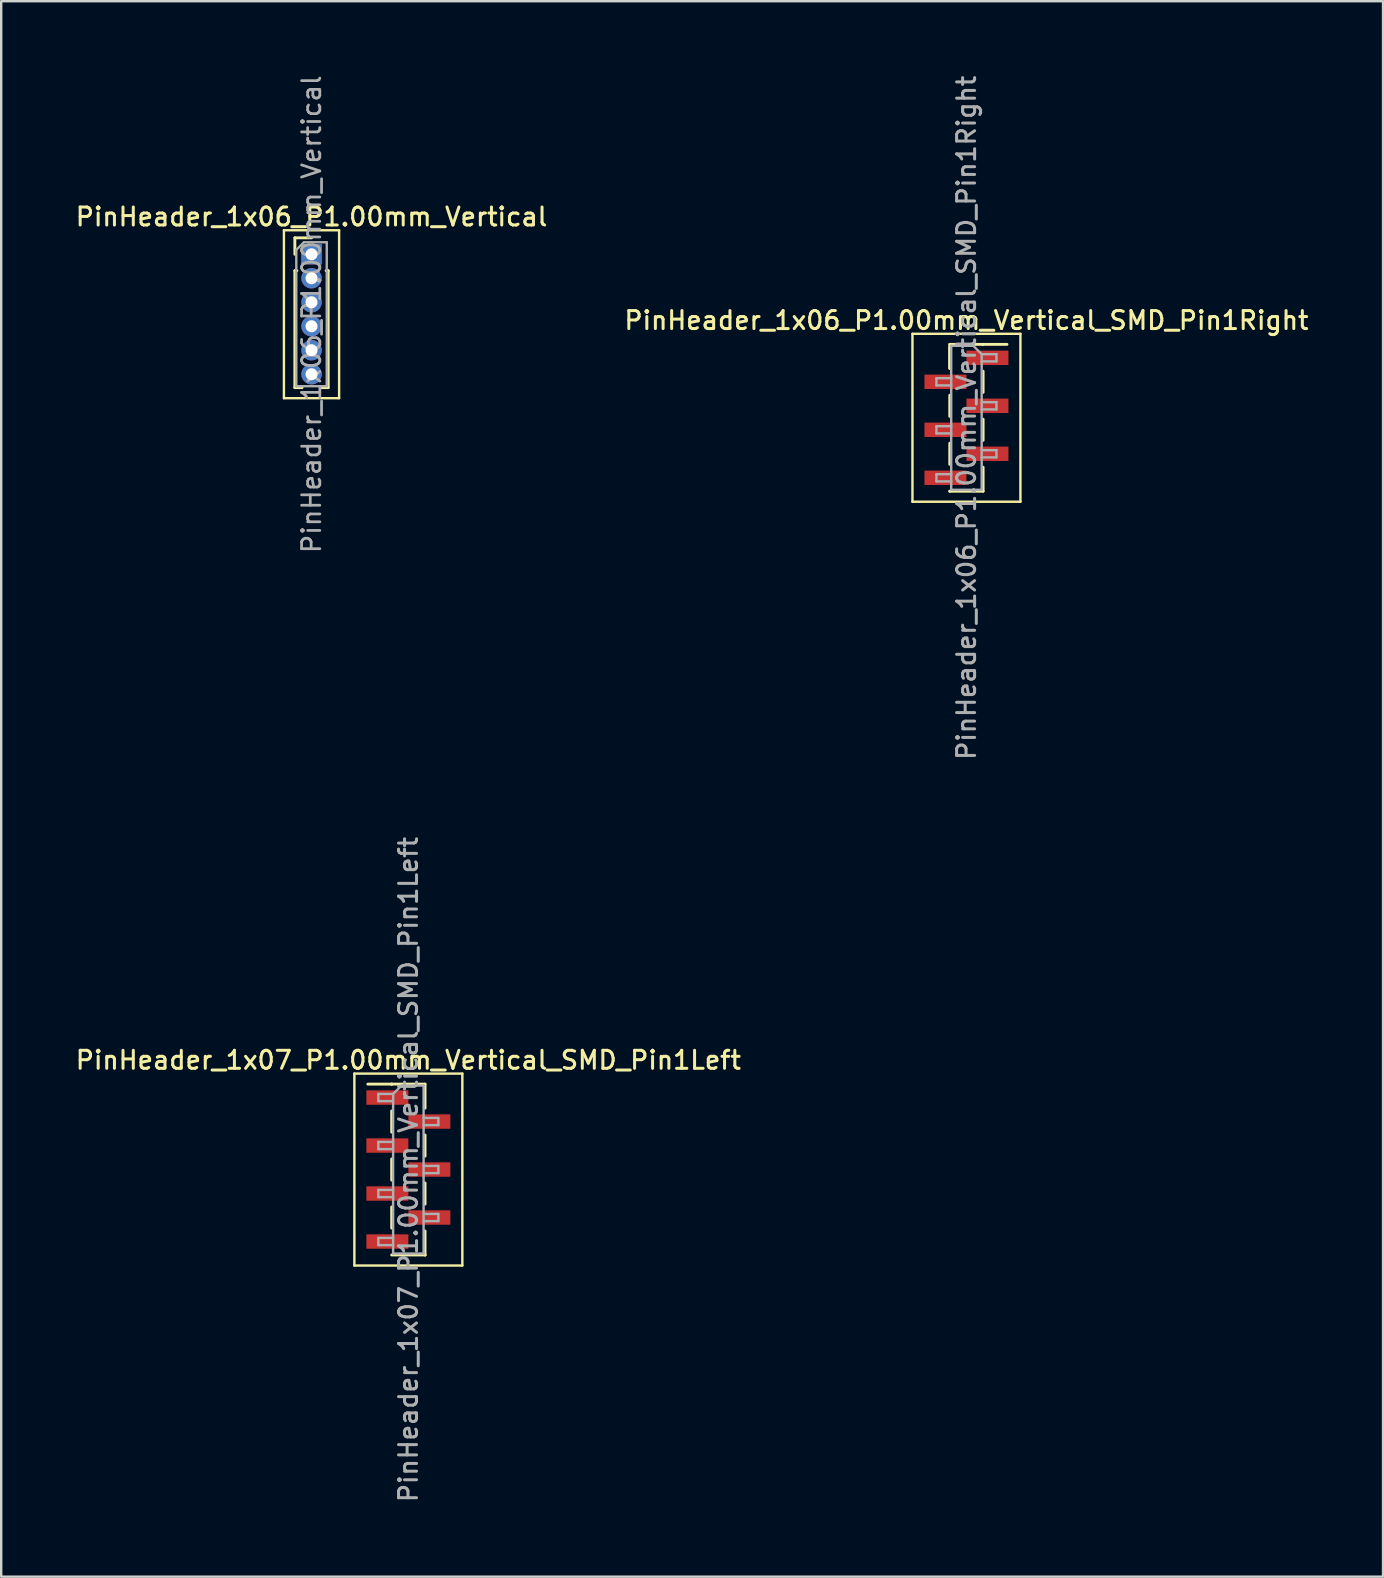
<source format=kicad_pcb>
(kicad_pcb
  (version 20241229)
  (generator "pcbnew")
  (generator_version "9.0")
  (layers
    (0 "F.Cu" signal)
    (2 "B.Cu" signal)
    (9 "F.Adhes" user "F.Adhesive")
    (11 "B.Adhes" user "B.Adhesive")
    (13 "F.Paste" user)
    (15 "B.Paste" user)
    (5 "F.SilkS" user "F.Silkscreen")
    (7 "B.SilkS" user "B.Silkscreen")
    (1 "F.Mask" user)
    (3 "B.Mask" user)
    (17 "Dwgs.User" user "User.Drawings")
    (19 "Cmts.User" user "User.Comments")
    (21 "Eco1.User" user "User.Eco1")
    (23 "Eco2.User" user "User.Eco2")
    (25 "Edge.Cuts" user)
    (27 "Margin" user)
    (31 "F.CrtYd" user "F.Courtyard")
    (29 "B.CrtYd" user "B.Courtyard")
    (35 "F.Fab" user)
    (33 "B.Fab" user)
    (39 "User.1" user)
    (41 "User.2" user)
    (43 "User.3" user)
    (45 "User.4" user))
  (footprint "PinHeader_1x07_P1.00mm_Vertical_SMD_Pin1Left"
    (layer "F.Cu")
    (at 13.97 45.695)
    (property "Reference" "PinHeader_1x07_P1.00mm_Vertical_SMD_Pin1Left" (at 0 -4.56 0) (layer "F.SilkS") (effects (font (size 0.75 0.75) (thickness 0.125))))
    (attr smd)
    (fp_line (start -2.25 -4) (end -2.25 4) (stroke (width 0.1) (type solid)) (layer "F.SilkS"))
    (fp_line (start -2.25 4) (end 2.25 4) (stroke (width 0.1) (type solid)) (layer "F.SilkS"))
    (fp_line (start -0.695 -3.56) (end -1.69 -3.56) (stroke (width 0.12) (type solid)) (layer "F.SilkS"))
    (fp_line (start -0.695 -3.56) (end -0.695 -3.56) (stroke (width 0.12) (type solid)) (layer "F.SilkS"))
    (fp_line (start -0.695 -3.56) (end 0.695 -3.56) (stroke (width 0.12) (type solid)) (layer "F.SilkS"))
    (fp_line (start -0.695 -2.44) (end -0.695 -1.56) (stroke (width 0.12) (type solid)) (layer "F.SilkS"))
    (fp_line (start -0.695 -0.44) (end -0.695 0.44) (stroke (width 0.12) (type solid)) (layer "F.SilkS"))
    (fp_line (start -0.695 1.56) (end -0.695 2.44) (stroke (width 0.12) (type solid)) (layer "F.SilkS"))
    (fp_line (start -0.695 3.56) (end 0.695 3.56) (stroke (width 0.12) (type solid)) (layer "F.SilkS"))
    (fp_line (start 0.695 -3.56) (end 0.695 -2.56) (stroke (width 0.12) (type solid)) (layer "F.SilkS"))
    (fp_line (start 0.695 -1.44) (end 0.695 -0.56) (stroke (width 0.12) (type solid)) (layer "F.SilkS"))
    (fp_line (start 0.695 0.56) (end 0.695 1.44) (stroke (width 0.12) (type solid)) (layer "F.SilkS"))
    (fp_line (start 0.695 2.56) (end 0.695 3.56) (stroke (width 0.12) (type solid)) (layer "F.SilkS"))
    (fp_line (start 0.695 3.56) (end 0.695 3.56) (stroke (width 0.12) (type solid)) (layer "F.SilkS"))
    (fp_line (start 2.25 -4) (end -2.25 -4) (stroke (width 0.1) (type solid)) (layer "F.SilkS"))
    (fp_line (start 2.25 4) (end 2.25 -4) (stroke (width 0.1) (type solid)) (layer "F.SilkS"))
    (fp_line (start -1.25 -3.15) (end -1.25 -2.85) (stroke (width 0.1) (type solid)) (layer "F.Fab"))
    (fp_line (start -1.25 -2.85) (end -0.635 -2.85) (stroke (width 0.1) (type solid)) (layer "F.Fab"))
    (fp_line (start -1.25 -1.15) (end -1.25 -0.85) (stroke (width 0.1) (type solid)) (layer "F.Fab"))
    (fp_line (start -1.25 -0.85) (end -0.635 -0.85) (stroke (width 0.1) (type solid)) (layer "F.Fab"))
    (fp_line (start -1.25 0.85) (end -1.25 1.15) (stroke (width 0.1) (type solid)) (layer "F.Fab"))
    (fp_line (start -1.25 1.15) (end -0.635 1.15) (stroke (width 0.1) (type solid)) (layer "F.Fab"))
    (fp_line (start -1.25 2.85) (end -1.25 3.15) (stroke (width 0.1) (type solid)) (layer "F.Fab"))
    (fp_line (start -1.25 3.15) (end -0.635 3.15) (stroke (width 0.1) (type solid)) (layer "F.Fab"))
    (fp_line (start -0.635 -3.15) (end -1.25 -3.15) (stroke (width 0.1) (type solid)) (layer "F.Fab"))
    (fp_line (start -0.635 -3.15) (end -0.285 -3.5) (stroke (width 0.1) (type solid)) (layer "F.Fab"))
    (fp_line (start -0.635 -1.15) (end -1.25 -1.15) (stroke (width 0.1) (type solid)) (layer "F.Fab"))
    (fp_line (start -0.635 0.85) (end -1.25 0.85) (stroke (width 0.1) (type solid)) (layer "F.Fab"))
    (fp_line (start -0.635 2.85) (end -1.25 2.85) (stroke (width 0.1) (type solid)) (layer "F.Fab"))
    (fp_line (start -0.635 3.5) (end -0.635 -3.15) (stroke (width 0.1) (type solid)) (layer "F.Fab"))
    (fp_line (start -0.285 -3.5) (end 0.635 -3.5) (stroke (width 0.1) (type solid)) (layer "F.Fab"))
    (fp_line (start 0.635 -3.5) (end 0.635 3.5) (stroke (width 0.1) (type solid)) (layer "F.Fab"))
    (fp_line (start 0.635 -2.15) (end 1.25 -2.15) (stroke (width 0.1) (type solid)) (layer "F.Fab"))
    (fp_line (start 0.635 -0.15) (end 1.25 -0.15) (stroke (width 0.1) (type solid)) (layer "F.Fab"))
    (fp_line (start 0.635 1.85) (end 1.25 1.85) (stroke (width 0.1) (type solid)) (layer "F.Fab"))
    (fp_line (start 0.635 3.5) (end -0.635 3.5) (stroke (width 0.1) (type solid)) (layer "F.Fab"))
    (fp_line (start 1.25 -2.15) (end 1.25 -1.85) (stroke (width 0.1) (type solid)) (layer "F.Fab"))
    (fp_line (start 1.25 -1.85) (end 0.635 -1.85) (stroke (width 0.1) (type solid)) (layer "F.Fab"))
    (fp_line (start 1.25 -0.15) (end 1.25 0.15) (stroke (width 0.1) (type solid)) (layer "F.Fab"))
    (fp_line (start 1.25 0.15) (end 0.635 0.15) (stroke (width 0.1) (type solid)) (layer "F.Fab"))
    (fp_line (start 1.25 1.85) (end 1.25 2.15) (stroke (width 0.1) (type solid)) (layer "F.Fab"))
    (fp_line (start 1.25 2.15) (end 0.635 2.15) (stroke (width 0.1) (type solid)) (layer "F.Fab"))
    (fp_text user "${REFERENCE}" (at 0 0 90) (layer "F.Fab") (effects (font (size 0.75 0.75) (thickness 0.125))))
    (pad "1" smd rect (at -0.875 -3) (size 1.75 0.6) (layers "F.Cu" "F.Mask" "F.Paste"))
    (pad "2" smd rect (at 0.875 -2) (size 1.75 0.6) (layers "F.Cu" "F.Mask" "F.Paste"))
    (pad "3" smd rect (at -0.875 -1) (size 1.75 0.6) (layers "F.Cu" "F.Mask" "F.Paste"))
    (pad "4" smd rect (at 0.875 0) (size 1.75 0.6) (layers "F.Cu" "F.Mask" "F.Paste"))
    (pad "5" smd rect (at -0.875 1) (size 1.75 0.6) (layers "F.Cu" "F.Mask" "F.Paste"))
    (pad "6" smd rect (at 0.875 2) (size 1.75 0.6) (layers "F.Cu" "F.Mask" "F.Paste"))
    (pad "7" smd rect (at -0.875 3) (size 1.75 0.6) (layers "F.Cu" "F.Mask" "F.Paste")))
  (footprint "PinHeader_1x06_P1.00mm_Vertical"
    (layer "F.Cu")
    (at 9.934 7.547)
    (property "Reference" "PinHeader_1x06_P1.00mm_Vertical" (at 0 -1.56 0) (layer "F.SilkS") (effects (font (size 0.75 0.75) (thickness 0.125))))
    (attr through_hole)
    (fp_line (start -1.15 -1) (end -1.15 6) (stroke (width 0.1) (type solid)) (layer "F.SilkS"))
    (fp_line (start -1.15 6) (end 1.15 6) (stroke (width 0.1) (type solid)) (layer "F.SilkS"))
    (fp_line (start -0.695 -0.685) (end 0 -0.685) (stroke (width 0.12) (type solid)) (layer "F.SilkS"))
    (fp_line (start -0.695 0) (end -0.695 -0.685) (stroke (width 0.12) (type solid)) (layer "F.SilkS"))
    (fp_line (start -0.695 0.685) (end -0.695 5.56) (stroke (width 0.12) (type solid)) (layer "F.SilkS"))
    (fp_line (start -0.695 0.685) (end -0.608 0.685) (stroke (width 0.12) (type solid)) (layer "F.SilkS"))
    (fp_line (start -0.695 5.56) (end -0.394 5.56) (stroke (width 0.12) (type solid)) (layer "F.SilkS"))
    (fp_line (start 0.394 5.56) (end 0.695 5.56) (stroke (width 0.12) (type solid)) (layer "F.SilkS"))
    (fp_line (start 0.608 0.685) (end 0.695 0.685) (stroke (width 0.12) (type solid)) (layer "F.SilkS"))
    (fp_line (start 0.695 0.685) (end 0.695 5.56) (stroke (width 0.12) (type solid)) (layer "F.SilkS"))
    (fp_line (start 1.15 -1) (end -1.15 -1) (stroke (width 0.1) (type solid)) (layer "F.SilkS"))
    (fp_line (start 1.15 6) (end 1.15 -1) (stroke (width 0.1) (type solid)) (layer "F.SilkS"))
    (fp_line (start -0.635 -0.182) (end -0.318 -0.5) (stroke (width 0.1) (type solid)) (layer "F.Fab"))
    (fp_line (start -0.635 5.5) (end -0.635 -0.182) (stroke (width 0.1) (type solid)) (layer "F.Fab"))
    (fp_line (start -0.318 -0.5) (end 0.635 -0.5) (stroke (width 0.1) (type solid)) (layer "F.Fab"))
    (fp_line (start 0.635 -0.5) (end 0.635 5.5) (stroke (width 0.1) (type solid)) (layer "F.Fab"))
    (fp_line (start 0.635 5.5) (end -0.635 5.5) (stroke (width 0.1) (type solid)) (layer "F.Fab"))
    (fp_text user "${REFERENCE}" (at 0 2.5 90) (layer "F.Fab") (effects (font (size 0.76 0.76) (thickness 0.114))))
    (pad "1" thru_hole rect (at 0 0) (size 0.85 0.85) (drill 0.5) (layers "*.Cu" "*.Mask"))
    (pad "2" thru_hole oval (at 0 1) (size 0.85 0.85) (drill 0.5) (layers "*.Cu" "*.Mask"))
    (pad "3" thru_hole oval (at 0 2) (size 0.85 0.85) (drill 0.5) (layers "*.Cu" "*.Mask"))
    (pad "4" thru_hole oval (at 0 3) (size 0.85 0.85) (drill 0.5) (layers "*.Cu" "*.Mask"))
    (pad "5" thru_hole oval (at 0 4) (size 0.85 0.85) (drill 0.5) (layers "*.Cu" "*.Mask"))
    (pad "6" thru_hole oval (at 0 5) (size 0.85 0.85) (drill 0.5) (layers "*.Cu" "*.Mask")))
  (footprint "PinHeader_1x06_P1.00mm_Vertical_SMD_Pin1Right"
    (layer "F.Cu")
    (at 37.23 14.363)
    (property "Reference" "PinHeader_1x06_P1.00mm_Vertical_SMD_Pin1Right" (at 0 -4.06 0) (layer "F.SilkS") (effects (font (size 0.75 0.75) (thickness 0.125))))
    (attr smd)
    (fp_line (start -2.25 -3.5) (end -2.25 3.5) (stroke (width 0.1) (type solid)) (layer "F.SilkS"))
    (fp_line (start -2.25 3.5) (end 2.25 3.5) (stroke (width 0.1) (type solid)) (layer "F.SilkS"))
    (fp_line (start -0.695 -3.06) (end -0.695 -2.06) (stroke (width 0.12) (type solid)) (layer "F.SilkS"))
    (fp_line (start -0.695 -3.06) (end 0.695 -3.06) (stroke (width 0.12) (type solid)) (layer "F.SilkS"))
    (fp_line (start -0.695 -2.94) (end -0.695 -2.06) (stroke (width 0.12) (type solid)) (layer "F.SilkS"))
    (fp_line (start -0.695 -0.94) (end -0.695 -0.06) (stroke (width 0.12) (type solid)) (layer "F.SilkS"))
    (fp_line (start -0.695 1.06) (end -0.695 1.94) (stroke (width 0.12) (type solid)) (layer "F.SilkS"))
    (fp_line (start -0.695 3.06) (end -0.695 3.06) (stroke (width 0.12) (type solid)) (layer "F.SilkS"))
    (fp_line (start -0.695 3.06) (end 0.695 3.06) (stroke (width 0.12) (type solid)) (layer "F.SilkS"))
    (fp_line (start 0.695 -3.06) (end 0.695 -3.06) (stroke (width 0.12) (type solid)) (layer "F.SilkS"))
    (fp_line (start 0.695 -3.06) (end 1.69 -3.06) (stroke (width 0.12) (type solid)) (layer "F.SilkS"))
    (fp_line (start 0.695 -1.94) (end 0.695 -1.06) (stroke (width 0.12) (type solid)) (layer "F.SilkS"))
    (fp_line (start 0.695 0.06) (end 0.695 0.94) (stroke (width 0.12) (type solid)) (layer "F.SilkS"))
    (fp_line (start 0.695 2.06) (end 0.695 3.06) (stroke (width 0.12) (type solid)) (layer "F.SilkS"))
    (fp_line (start 2.25 -3.5) (end -2.25 -3.5) (stroke (width 0.1) (type solid)) (layer "F.SilkS"))
    (fp_line (start 2.25 3.5) (end 2.25 -3.5) (stroke (width 0.1) (type solid)) (layer "F.SilkS"))
    (fp_line (start -1.25 -1.65) (end -1.25 -1.35) (stroke (width 0.1) (type solid)) (layer "F.Fab"))
    (fp_line (start -1.25 -1.35) (end -0.635 -1.35) (stroke (width 0.1) (type solid)) (layer "F.Fab"))
    (fp_line (start -1.25 0.35) (end -1.25 0.65) (stroke (width 0.1) (type solid)) (layer "F.Fab"))
    (fp_line (start -1.25 0.65) (end -0.635 0.65) (stroke (width 0.1) (type solid)) (layer "F.Fab"))
    (fp_line (start -1.25 2.35) (end -1.25 2.65) (stroke (width 0.1) (type solid)) (layer "F.Fab"))
    (fp_line (start -1.25 2.65) (end -0.635 2.65) (stroke (width 0.1) (type solid)) (layer "F.Fab"))
    (fp_line (start -0.635 -3) (end -0.635 3) (stroke (width 0.1) (type solid)) (layer "F.Fab"))
    (fp_line (start -0.635 -3) (end 0.285 -3) (stroke (width 0.1) (type solid)) (layer "F.Fab"))
    (fp_line (start -0.635 -1.65) (end -1.25 -1.65) (stroke (width 0.1) (type solid)) (layer "F.Fab"))
    (fp_line (start -0.635 0.35) (end -1.25 0.35) (stroke (width 0.1) (type solid)) (layer "F.Fab"))
    (fp_line (start -0.635 2.35) (end -1.25 2.35) (stroke (width 0.1) (type solid)) (layer "F.Fab"))
    (fp_line (start 0.635 -2.65) (end 0.285 -3) (stroke (width 0.1) (type solid)) (layer "F.Fab"))
    (fp_line (start 0.635 -2.65) (end 1.25 -2.65) (stroke (width 0.1) (type solid)) (layer "F.Fab"))
    (fp_line (start 0.635 -0.65) (end 1.25 -0.65) (stroke (width 0.1) (type solid)) (layer "F.Fab"))
    (fp_line (start 0.635 1.35) (end 1.25 1.35) (stroke (width 0.1) (type solid)) (layer "F.Fab"))
    (fp_line (start 0.635 3) (end -0.635 3) (stroke (width 0.1) (type solid)) (layer "F.Fab"))
    (fp_line (start 0.635 3) (end 0.635 -2.65) (stroke (width 0.1) (type solid)) (layer "F.Fab"))
    (fp_line (start 1.25 -2.65) (end 1.25 -2.35) (stroke (width 0.1) (type solid)) (layer "F.Fab"))
    (fp_line (start 1.25 -2.35) (end 0.635 -2.35) (stroke (width 0.1) (type solid)) (layer "F.Fab"))
    (fp_line (start 1.25 -0.65) (end 1.25 -0.35) (stroke (width 0.1) (type solid)) (layer "F.Fab"))
    (fp_line (start 1.25 -0.35) (end 0.635 -0.35) (stroke (width 0.1) (type solid)) (layer "F.Fab"))
    (fp_line (start 1.25 1.35) (end 1.25 1.65) (stroke (width 0.1) (type solid)) (layer "F.Fab"))
    (fp_line (start 1.25 1.65) (end 0.635 1.65) (stroke (width 0.1) (type solid)) (layer "F.Fab"))
    (fp_text user "${REFERENCE}" (at 0 0 90) (layer "F.Fab") (effects (font (size 0.75 0.75) (thickness 0.125))))
    (pad "1" smd rect (at 0.875 -2.5) (size 1.75 0.6) (layers "F.Cu" "F.Mask" "F.Paste"))
    (pad "2" smd rect (at -0.875 -1.5) (size 1.75 0.6) (layers "F.Cu" "F.Mask" "F.Paste"))
    (pad "3" smd rect (at 0.875 -0.5) (size 1.75 0.6) (layers "F.Cu" "F.Mask" "F.Paste"))
    (pad "4" smd rect (at -0.875 0.5) (size 1.75 0.6) (layers "F.Cu" "F.Mask" "F.Paste"))
    (pad "5" smd rect (at 0.875 1.5) (size 1.75 0.6) (layers "F.Cu" "F.Mask" "F.Paste"))
    (pad "6" smd rect (at -0.875 2.5) (size 1.75 0.6) (layers "F.Cu" "F.Mask" "F.Paste")))
  (gr_rect
    (start -3 -3)
    (end 54.593 62.664)
    (stroke (width 0.1) (type default))
    (fill no)
    (layer "Edge.Cuts")))
</source>
